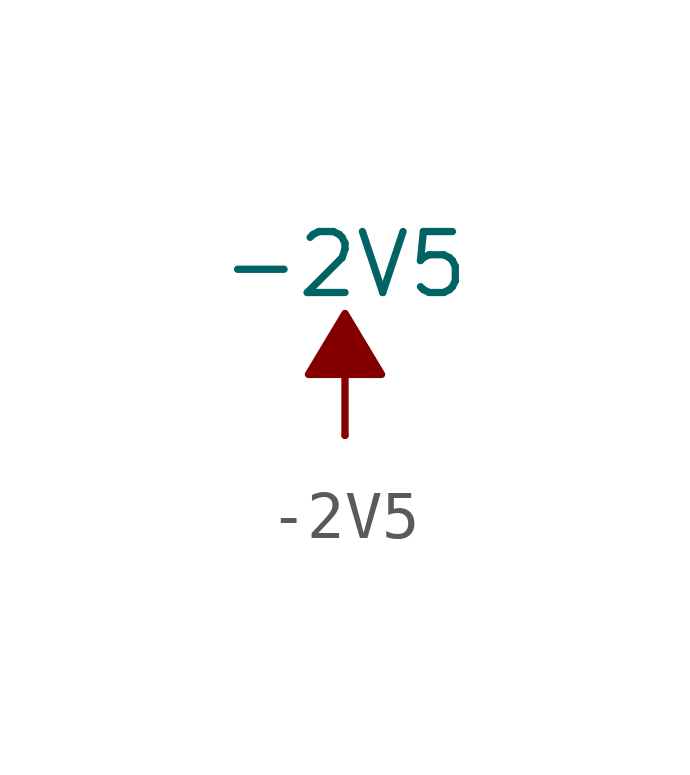
<source format=kicad_sym>
(kicad_symbol_lib
  (version 20231120)
  (generator "kicad_symbol_editor")
  (generator_version "8.0")
  (symbol "-2V5"
    (power)
    (pin_numbers hide)
    (pin_names
      (offset 0) hide)
    (property "Reference" "#PWR"
      (at 0 -3.81 0)
      (effects (font (size 1.27 1.27)) (hide yes)))
    (property "Value" "-2V5"
      (at 0 3.556 0)
      (effects (font (size 1.27 1.27))))
    (symbol "-2V5_0_0"
      (pin power_in line (at 0 0 90) (length 0) (name "~" (effects (font (size 1.27 1.27)))) (number "1" (effects (font (size 1.27 1.27))))))
    (symbol "-2V5_0_1"
      (polyline (pts (xy 0 0) (xy 0 1.27) (xy 0.762 1.27) (xy 0 2.54) (xy -0.762 1.27) (xy 0 1.27)) (stroke (width 0) (type default)) (fill (type outline))))))
</source>
